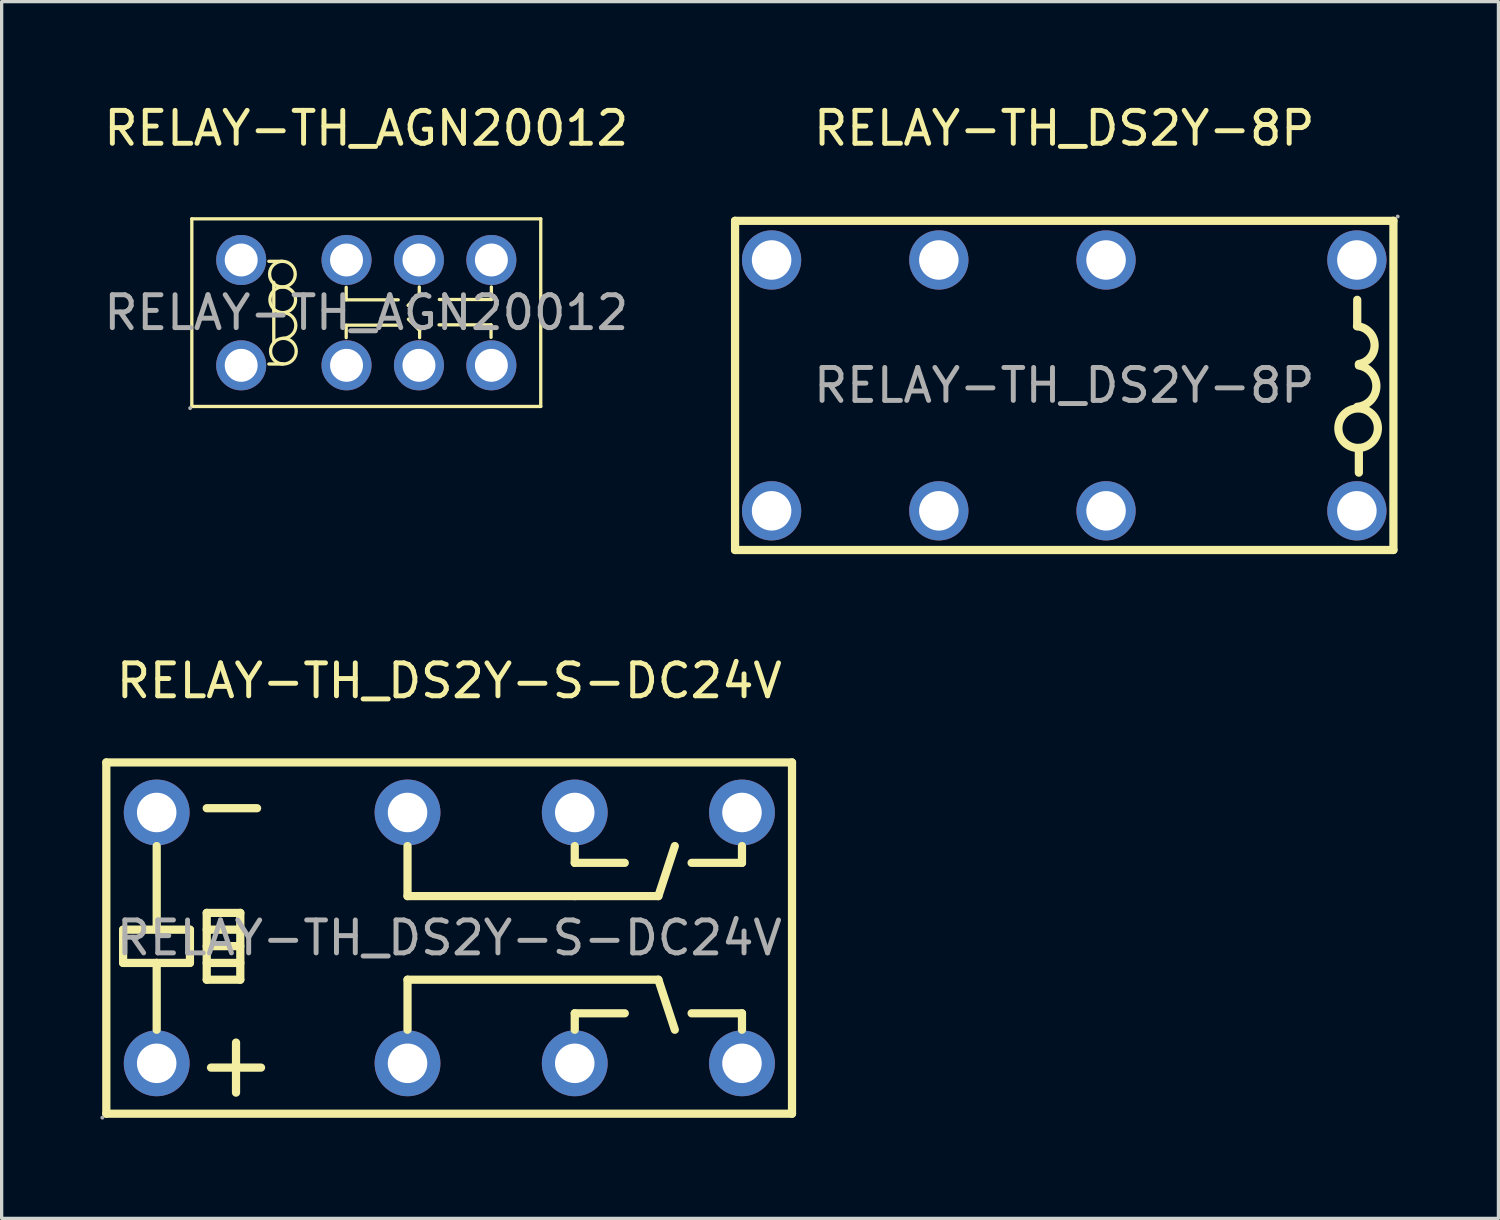
<source format=kicad_pcb>
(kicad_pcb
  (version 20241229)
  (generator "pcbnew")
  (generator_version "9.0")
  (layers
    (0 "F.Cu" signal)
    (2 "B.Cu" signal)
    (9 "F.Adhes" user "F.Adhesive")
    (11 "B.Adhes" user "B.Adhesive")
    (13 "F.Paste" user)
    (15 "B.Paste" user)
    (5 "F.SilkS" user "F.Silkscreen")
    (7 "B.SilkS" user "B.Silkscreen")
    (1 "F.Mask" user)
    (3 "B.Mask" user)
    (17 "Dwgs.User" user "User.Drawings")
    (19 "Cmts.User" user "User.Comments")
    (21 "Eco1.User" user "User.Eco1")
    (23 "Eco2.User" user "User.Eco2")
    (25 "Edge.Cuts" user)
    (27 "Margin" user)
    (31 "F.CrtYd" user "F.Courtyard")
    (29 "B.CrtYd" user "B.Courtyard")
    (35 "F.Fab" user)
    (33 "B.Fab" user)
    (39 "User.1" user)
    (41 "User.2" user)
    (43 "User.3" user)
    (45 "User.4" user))
  (footprint "RELAY-TH_DS2Y-8P"
    (layer "F.Cu")
    (at 29.28 8.658)
    (property "Reference" "RELAY-TH_DS2Y-8P" (at 0 -7.81 0) (layer "F.SilkS") (effects (font (size 1 1) (thickness 0.15))))
    (attr through_hole)
    (fp_line (start -10 -5) (end 10 -5) (stroke (width 0.25) (type solid)) (layer "F.SilkS"))
    (fp_line (start -10 5) (end -10 -5) (stroke (width 0.25) (type solid)) (layer "F.SilkS"))
    (fp_line (start 8.9 -2.6) (end 8.9 -1.8) (stroke (width 0.25) (type solid)) (layer "F.SilkS"))
    (fp_line (start 8.95 1.9) (end 8.95 2.65) (stroke (width 0.25) (type solid)) (layer "F.SilkS"))
    (fp_line (start 10 -5) (end 10 5) (stroke (width 0.25) (type solid)) (layer "F.SilkS"))
    (fp_line (start 10 5) (end -10 5) (stroke (width 0.25) (type solid)) (layer "F.SilkS"))
    (fp_arc (start 8.892981 -1.797107) (mid 9.427992 -1.24873) (end 8.95 -0.65) (stroke (width 0.25) (type solid)) (layer "F.SilkS"))
    (fp_arc (start 8.939526 1.900258) (mid 8.915236 0.699848) (end 8.95 1.9) (stroke (width 0.25) (type solid)) (layer "F.SilkS"))
    (fp_arc (start 8.950631 -0.603918) (mid 9.481467 0.045497) (end 8.9 0.65) (stroke (width 0.25) (type solid)) (layer "F.SilkS"))
    (fp_circle (center -8.89 -3.81) (end -8.64 -3.81) (stroke (width 0.5) (type solid)) (fill no) (layer "F.Fab"))
    (fp_circle (center -8.89 3.81) (end -8.64 3.81) (stroke (width 0.5) (type solid)) (fill no) (layer "F.Fab"))
    (fp_circle (center -3.81 -3.81) (end -3.56 -3.81) (stroke (width 0.5) (type solid)) (fill no) (layer "F.Fab"))
    (fp_circle (center -3.81 3.81) (end -3.56 3.81) (stroke (width 0.5) (type solid)) (fill no) (layer "F.Fab"))
    (fp_circle (center 1.27 -3.81) (end 1.52 -3.81) (stroke (width 0.5) (type solid)) (fill no) (layer "F.Fab"))
    (fp_circle (center 1.27 3.81) (end 1.52 3.81) (stroke (width 0.5) (type solid)) (fill no) (layer "F.Fab"))
    (fp_circle (center 8.89 -3.81) (end 9.14 -3.81) (stroke (width 0.5) (type solid)) (fill no) (layer "F.Fab"))
    (fp_circle (center 8.89 3.81) (end 9.14 3.81) (stroke (width 0.5) (type solid)) (fill no) (layer "F.Fab"))
    (fp_circle (center 10.13 -5.13) (end 10.16 -5.13) (stroke (width 0.06) (type solid)) (fill no) (layer "F.Fab"))
    (fp_text user "${REFERENCE}" (at 0 0 0) (layer "F.Fab") (effects (font (size 1 1) (thickness 0.15))))
    (pad "1" thru_hole circle (at 8.89 -3.81) (size 1.8 1.8) (drill 1.2) (layers "*.Cu" "*.Paste" "*.Mask"))
    (pad "4" thru_hole circle (at 1.27 -3.81) (size 1.8 1.8) (drill 1.2) (layers "*.Cu" "*.Paste" "*.Mask"))
    (pad "6" thru_hole circle (at -3.81 -3.81) (size 1.8 1.8) (drill 1.2) (layers "*.Cu" "*.Paste" "*.Mask"))
    (pad "8" thru_hole circle (at -8.89 -3.81) (size 1.8 1.8) (drill 1.2) (layers "*.Cu" "*.Paste" "*.Mask"))
    (pad "9" thru_hole circle (at -8.89 3.81) (size 1.8 1.8) (drill 1.2) (layers "*.Cu" "*.Paste" "*.Mask"))
    (pad "11" thru_hole circle (at -3.81 3.81) (size 1.8 1.8) (drill 1.2) (layers "*.Cu" "*.Paste" "*.Mask"))
    (pad "13" thru_hole circle (at 1.27 3.81) (size 1.8 1.8) (drill 1.2) (layers "*.Cu" "*.Paste" "*.Mask"))
    (pad "16" thru_hole circle (at 8.89 3.81) (size 1.8 1.8) (drill 1.2) (layers "*.Cu" "*.Paste" "*.Mask")))
  (footprint "RELAY-TH_DS2Y-S-DC24V"
    (layer "F.Cu")
    (at 10.6 25.442)
    (property "Reference" "RELAY-TH_DS2Y-S-DC24V" (at 0 -7.81 0) (layer "F.SilkS") (effects (font (size 1 1) (thickness 0.15))))
    (attr through_hole)
    (fp_line (start -10.42 -5.33) (end 10.41 -5.33) (stroke (width 0.25) (type solid)) (layer "F.SilkS"))
    (fp_line (start -10.42 5.34) (end -10.42 -5.33) (stroke (width 0.25) (type solid)) (layer "F.SilkS"))
    (fp_line (start -9.91 -0.25) (end -8.89 -0.25) (stroke (width 0.25) (type solid)) (layer "F.SilkS"))
    (fp_line (start -9.91 0.76) (end -9.91 -0.25) (stroke (width 0.25) (type solid)) (layer "F.SilkS"))
    (fp_line (start -8.89 -0.25) (end -8.89 -2.79) (stroke (width 0.25) (type solid)) (layer "F.SilkS"))
    (fp_line (start -8.89 0.76) (end -9.91 0.76) (stroke (width 0.25) (type solid)) (layer "F.SilkS"))
    (fp_line (start -8.89 0.76) (end -7.88 0.76) (stroke (width 0.25) (type solid)) (layer "F.SilkS"))
    (fp_line (start -8.89 2.79) (end -8.89 0.76) (stroke (width 0.25) (type solid)) (layer "F.SilkS"))
    (fp_line (start -7.88 -0.25) (end -8.89 -0.25) (stroke (width 0.25) (type solid)) (layer "F.SilkS"))
    (fp_line (start -7.88 0.76) (end -7.88 -0.25) (stroke (width 0.25) (type solid)) (layer "F.SilkS"))
    (fp_line (start -7.37 -0.76) (end -6.35 -0.76) (stroke (width 0.25) (type solid)) (layer "F.SilkS"))
    (fp_line (start -7.37 1.27) (end -7.37 -0.76) (stroke (width 0.25) (type solid)) (layer "F.SilkS"))
    (fp_line (start -7.24 3.94) (end -5.72 3.94) (stroke (width 0.25) (type solid)) (layer "F.SilkS"))
    (fp_line (start -6.48 4.7) (end -6.48 3.18) (stroke (width 0.25) (type solid)) (layer "F.SilkS"))
    (fp_line (start -6.35 -0.76) (end -6.35 1.27) (stroke (width 0.25) (type solid)) (layer "F.SilkS"))
    (fp_line (start -6.35 -0.25) (end -7.37 -0.25) (stroke (width 0.25) (type solid)) (layer "F.SilkS"))
    (fp_line (start -6.35 0.25) (end -7.37 0.25) (stroke (width 0.25) (type solid)) (layer "F.SilkS"))
    (fp_line (start -6.35 0.76) (end -7.37 0.76) (stroke (width 0.25) (type solid)) (layer "F.SilkS"))
    (fp_line (start -6.35 1.27) (end -7.37 1.27) (stroke (width 0.25) (type solid)) (layer "F.SilkS"))
    (fp_line (start -5.84 -3.94) (end -7.37 -3.94) (stroke (width 0.25) (type solid)) (layer "F.SilkS"))
    (fp_line (start -1.27 -1.27) (end -1.27 -2.79) (stroke (width 0.25) (type solid)) (layer "F.SilkS"))
    (fp_line (start -1.27 1.27) (end 6.35 1.27) (stroke (width 0.25) (type solid)) (layer "F.SilkS"))
    (fp_line (start -1.27 2.79) (end -1.27 1.27) (stroke (width 0.25) (type solid)) (layer "F.SilkS"))
    (fp_line (start 3.81 -2.28) (end 3.81 -2.79) (stroke (width 0.25) (type solid)) (layer "F.SilkS"))
    (fp_line (start 3.81 -1.27) (end -1.27 -1.27) (stroke (width 0.25) (type solid)) (layer "F.SilkS"))
    (fp_line (start 3.81 2.29) (end 5.33 2.29) (stroke (width 0.25) (type solid)) (layer "F.SilkS"))
    (fp_line (start 3.81 2.79) (end 3.81 2.29) (stroke (width 0.25) (type solid)) (layer "F.SilkS"))
    (fp_line (start 5.33 -2.28) (end 3.81 -2.28) (stroke (width 0.25) (type solid)) (layer "F.SilkS"))
    (fp_line (start 6.35 -1.27) (end 3.81 -1.27) (stroke (width 0.25) (type solid)) (layer "F.SilkS"))
    (fp_line (start 6.35 1.27) (end 6.85 2.79) (stroke (width 0.25) (type solid)) (layer "F.SilkS"))
    (fp_line (start 6.85 -2.79) (end 6.35 -1.27) (stroke (width 0.25) (type solid)) (layer "F.SilkS"))
    (fp_line (start 7.36 -2.28) (end 8.89 -2.28) (stroke (width 0.25) (type solid)) (layer "F.SilkS"))
    (fp_line (start 8.89 -2.28) (end 8.89 -2.79) (stroke (width 0.25) (type solid)) (layer "F.SilkS"))
    (fp_line (start 8.89 2.29) (end 7.36 2.29) (stroke (width 0.25) (type solid)) (layer "F.SilkS"))
    (fp_line (start 8.89 2.79) (end 8.89 2.29) (stroke (width 0.25) (type solid)) (layer "F.SilkS"))
    (fp_line (start 10.41 -5.33) (end 10.41 5.34) (stroke (width 0.25) (type solid)) (layer "F.SilkS"))
    (fp_line (start 10.41 5.34) (end -10.42 5.34) (stroke (width 0.25) (type solid)) (layer "F.SilkS"))
    (fp_circle (center -10.54 5.46) (end -10.51 5.46) (stroke (width 0.06) (type solid)) (fill no) (layer "F.Fab"))
    (fp_circle (center -8.89 -3.81) (end -8.64 -3.81) (stroke (width 0.5) (type solid)) (fill no) (layer "F.Fab"))
    (fp_circle (center -8.89 3.81) (end -8.64 3.81) (stroke (width 0.5) (type solid)) (fill no) (layer "F.Fab"))
    (fp_circle (center -1.27 -3.81) (end -1.02 -3.81) (stroke (width 0.5) (type solid)) (fill no) (layer "F.Fab"))
    (fp_circle (center -1.27 3.81) (end -1.02 3.81) (stroke (width 0.5) (type solid)) (fill no) (layer "F.Fab"))
    (fp_circle (center 3.81 -3.81) (end 4.06 -3.81) (stroke (width 0.5) (type solid)) (fill no) (layer "F.Fab"))
    (fp_circle (center 3.81 3.81) (end 4.06 3.81) (stroke (width 0.5) (type solid)) (fill no) (layer "F.Fab"))
    (fp_circle (center 8.89 -3.81) (end 9.14 -3.81) (stroke (width 0.5) (type solid)) (fill no) (layer "F.Fab"))
    (fp_circle (center 8.89 3.81) (end 9.14 3.81) (stroke (width 0.5) (type solid)) (fill no) (layer "F.Fab"))
    (fp_text user "${REFERENCE}" (at 0 0 0) (layer "F.Fab") (effects (font (size 1 1) (thickness 0.15))))
    (pad "1" thru_hole circle (at -8.89 3.81) (size 2 2) (drill 1.2) (layers "*.Cu" "*.Paste" "*.Mask"))
    (pad "4" thru_hole circle (at -1.27 3.81) (size 2 2) (drill 1.2) (layers "*.Cu" "*.Paste" "*.Mask"))
    (pad "6" thru_hole circle (at 3.81 3.81) (size 2 2) (drill 1.2) (layers "*.Cu" "*.Paste" "*.Mask"))
    (pad "8" thru_hole circle (at 8.89 3.81) (size 2 2) (drill 1.2) (layers "*.Cu" "*.Paste" "*.Mask"))
    (pad "9" thru_hole circle (at 8.89 -3.81) (size 2 2) (drill 1.2) (layers "*.Cu" "*.Paste" "*.Mask"))
    (pad "11" thru_hole circle (at 3.81 -3.81) (size 2 2) (drill 1.2) (layers "*.Cu" "*.Paste" "*.Mask"))
    (pad "13" thru_hole circle (at -1.27 -3.81) (size 2 2) (drill 1.2) (layers "*.Cu" "*.Paste" "*.Mask"))
    (pad "16" thru_hole circle (at -8.89 -3.81) (size 2 2) (drill 1.2) (layers "*.Cu" "*.Paste" "*.Mask")))
  (footprint "RELAY-TH_AGN20012"
    (layer "F.Cu")
    (at 8.077 6.448)
    (property "Reference" "RELAY-TH_AGN20012" (at 0 -5.6 0) (layer "F.SilkS") (effects (font (size 1 1) (thickness 0.15))))
    (attr through_hole)
    (fp_line (start -5.3 -2.85) (end -5.3 2.85) (stroke (width 0.1) (type solid)) (layer "F.SilkS"))
    (fp_line (start -2.81 -0.92) (end -2.81 0.92) (stroke (width 0.1) (type solid)) (layer "F.SilkS"))
    (fp_line (start -2.56 -1.56) (end -2.96 -1.56) (stroke (width 0.1) (type solid)) (layer "F.SilkS"))
    (fp_line (start -2.53 1.56) (end -2.96 1.56) (stroke (width 0.1) (type solid)) (layer "F.SilkS"))
    (fp_line (start -0.61 -0.77) (end -0.61 -0.39) (stroke (width 0.1) (type solid)) (layer "F.SilkS"))
    (fp_line (start -0.61 -0.39) (end 0.97 -0.39) (stroke (width 0.1) (type solid)) (layer "F.SilkS"))
    (fp_line (start -0.61 0.38) (end 0.97 0.38) (stroke (width 0.1) (type solid)) (layer "F.SilkS"))
    (fp_line (start -0.61 0.76) (end -0.61 0.38) (stroke (width 0.1) (type solid)) (layer "F.SilkS"))
    (fp_line (start 1.61 -0.78) (end 1.61 -0.56) (stroke (width 0.1) (type solid)) (layer "F.SilkS"))
    (fp_line (start 1.61 -0.56) (end 1.27 -0.22) (stroke (width 0.1) (type solid)) (layer "F.SilkS"))
    (fp_line (start 1.62 0.54) (end 1.28 0.2) (stroke (width 0.1) (type solid)) (layer "F.SilkS"))
    (fp_line (start 1.62 0.76) (end 1.62 0.54) (stroke (width 0.1) (type solid)) (layer "F.SilkS"))
    (fp_line (start 3.79 0.37) (end 2.21 0.37) (stroke (width 0.1) (type solid)) (layer "F.SilkS"))
    (fp_line (start 3.79 0.75) (end 3.79 0.37) (stroke (width 0.1) (type solid)) (layer "F.SilkS"))
    (fp_line (start 3.8 -0.78) (end 3.8 -0.4) (stroke (width 0.1) (type solid)) (layer "F.SilkS"))
    (fp_line (start 3.8 -0.4) (end 2.22 -0.4) (stroke (width 0.1) (type solid)) (layer "F.SilkS"))
    (fp_line (start 5.3 -2.85) (end -5.3 -2.85) (stroke (width 0.1) (type solid)) (layer "F.SilkS"))
    (fp_line (start 5.3 -2.85) (end 5.3 2.85) (stroke (width 0.1) (type solid)) (layer "F.SilkS"))
    (fp_line (start 5.3 2.85) (end -5.3 2.85) (stroke (width 0.1) (type solid)) (layer "F.SilkS"))
    (fp_arc (start -2.556806 -0.780059) (mid -2.546597 -1.559986) (end -2.55 -0.78) (stroke (width 0.1) (type solid)) (layer "F.SilkS"))
    (fp_arc (start -2.546806 -0.000059) (mid -2.536597 -0.779986) (end -2.54 0) (stroke (width 0.1) (type solid)) (layer "F.SilkS"))
    (fp_arc (start -2.53 0) (mid -2.14 0.39) (end -2.53 0.78) (stroke (width 0.1) (type solid)) (layer "F.SilkS"))
    (fp_arc (start -2.526806 1.559941) (mid -2.516597 0.780014) (end -2.52 1.56) (stroke (width 0.1) (type solid)) (layer "F.SilkS"))
    (fp_circle (center -5.35 2.9) (end -5.32 2.9) (stroke (width 0.06) (type solid)) (fill no) (layer "F.Fab"))
    (fp_circle (center -3.8 -1.6) (end -3.6 -1.6) (stroke (width 0.4) (type solid)) (fill no) (layer "F.Fab"))
    (fp_circle (center -3.8 1.6) (end -3.6 1.6) (stroke (width 0.4) (type solid)) (fill no) (layer "F.Fab"))
    (fp_circle (center -0.6 -1.6) (end -0.4 -1.6) (stroke (width 0.4) (type solid)) (fill no) (layer "F.Fab"))
    (fp_circle (center -0.6 1.6) (end -0.4 1.6) (stroke (width 0.4) (type solid)) (fill no) (layer "F.Fab"))
    (fp_circle (center 1.6 -1.6) (end 1.8 -1.6) (stroke (width 0.4) (type solid)) (fill no) (layer "F.Fab"))
    (fp_circle (center 1.6 1.6) (end 1.8 1.6) (stroke (width 0.4) (type solid)) (fill no) (layer "F.Fab"))
    (fp_circle (center 3.8 -1.6) (end 4 -1.6) (stroke (width 0.4) (type solid)) (fill no) (layer "F.Fab"))
    (fp_circle (center 3.8 1.6) (end 4 1.6) (stroke (width 0.4) (type solid)) (fill no) (layer "F.Fab"))
    (fp_text user "${REFERENCE}" (at 0 0 0) (layer "F.Fab") (effects (font (size 1 1) (thickness 0.15))))
    (pad "1" thru_hole circle (at -3.8 1.6 270) (size 1.52 1.52) (drill 1) (layers "*.Cu" "*.Paste" "*.Mask"))
    (pad "2" thru_hole circle (at -0.6 1.6 270) (size 1.52 1.52) (drill 1) (layers "*.Cu" "*.Paste" "*.Mask"))
    (pad "3" thru_hole circle (at 1.6 1.6 270) (size 1.52 1.52) (drill 1) (layers "*.Cu" "*.Paste" "*.Mask"))
    (pad "4" thru_hole circle (at 3.8 1.6 270) (size 1.52 1.52) (drill 1) (layers "*.Cu" "*.Paste" "*.Mask"))
    (pad "5" thru_hole circle (at 3.8 -1.6 270) (size 1.52 1.52) (drill 1) (layers "*.Cu" "*.Paste" "*.Mask"))
    (pad "6" thru_hole circle (at 1.6 -1.6 270) (size 1.52 1.52) (drill 1) (layers "*.Cu" "*.Paste" "*.Mask"))
    (pad "7" thru_hole circle (at -0.6 -1.6 270) (size 1.52 1.52) (drill 1) (layers "*.Cu" "*.Paste" "*.Mask"))
    (pad "8" thru_hole circle (at -3.8 -1.6 270) (size 1.52 1.52) (drill 1) (layers "*.Cu" "*.Paste" "*.Mask")))
  (gr_rect
    (start -3 -3)
    (end 42.47 33.962)
    (stroke (width 0.1) (type default))
    (fill no)
    (layer "Edge.Cuts")))
</source>
